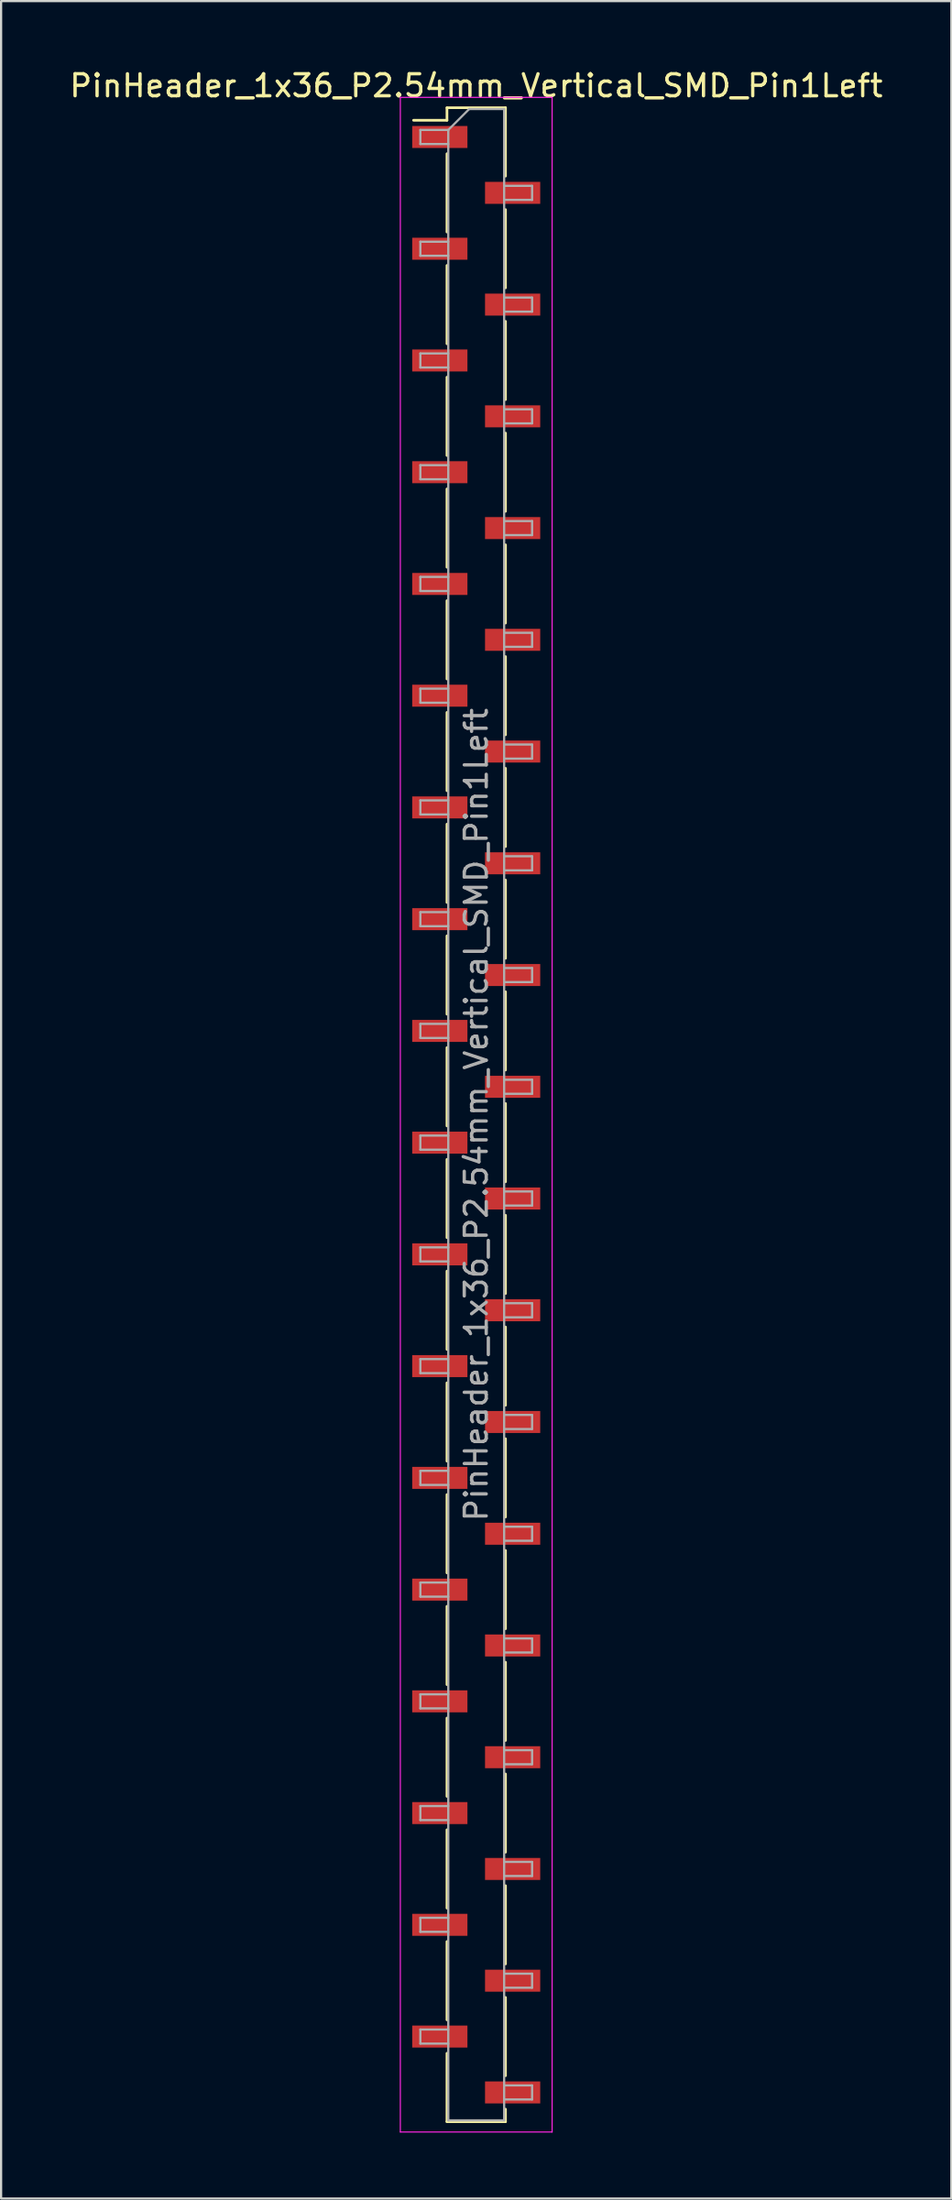
<source format=kicad_pcb>
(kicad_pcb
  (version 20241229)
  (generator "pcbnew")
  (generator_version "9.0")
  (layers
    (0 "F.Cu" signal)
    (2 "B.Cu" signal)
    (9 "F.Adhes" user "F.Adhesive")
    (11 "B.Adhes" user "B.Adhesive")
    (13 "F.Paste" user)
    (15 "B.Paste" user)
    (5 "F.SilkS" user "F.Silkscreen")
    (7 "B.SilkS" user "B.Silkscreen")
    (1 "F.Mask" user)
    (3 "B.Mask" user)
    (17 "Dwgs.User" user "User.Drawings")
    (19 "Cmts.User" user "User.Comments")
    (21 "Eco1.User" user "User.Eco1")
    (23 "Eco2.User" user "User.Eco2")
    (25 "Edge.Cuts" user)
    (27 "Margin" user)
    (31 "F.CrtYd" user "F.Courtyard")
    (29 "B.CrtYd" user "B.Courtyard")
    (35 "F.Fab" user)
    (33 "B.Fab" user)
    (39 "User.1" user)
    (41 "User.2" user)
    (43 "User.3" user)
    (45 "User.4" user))
  (footprint "PinHeader_1x36_P2.54mm_Vertical_SMD_Pin1Left"
    (layer "F.Cu")
    (at 18.601 47.628)
    (property "Reference" "PinHeader_1x36_P2.54mm_Vertical_SMD_Pin1Left" (at 0 -46.78 0) (layer "F.SilkS") (effects (font (size 1 1) (thickness 0.15))))
    (attr smd)
    (fp_line (start -1.33 -45.78) (end -1.33 -45.21) (stroke (width 0.12) (type solid)) (layer "F.SilkS"))
    (fp_line (start -1.33 -45.78) (end 1.33 -45.78) (stroke (width 0.12) (type solid)) (layer "F.SilkS"))
    (fp_line (start -1.33 -45.21) (end -2.85 -45.21) (stroke (width 0.12) (type solid)) (layer "F.SilkS"))
    (fp_line (start -1.33 -43.69) (end -1.33 -40.13) (stroke (width 0.12) (type solid)) (layer "F.SilkS"))
    (fp_line (start -1.33 -38.61) (end -1.33 -35.05) (stroke (width 0.12) (type solid)) (layer "F.SilkS"))
    (fp_line (start -1.33 -33.53) (end -1.33 -29.97) (stroke (width 0.12) (type solid)) (layer "F.SilkS"))
    (fp_line (start -1.33 -28.45) (end -1.33 -24.89) (stroke (width 0.12) (type solid)) (layer "F.SilkS"))
    (fp_line (start -1.33 -23.37) (end -1.33 -19.81) (stroke (width 0.12) (type solid)) (layer "F.SilkS"))
    (fp_line (start -1.33 -18.29) (end -1.33 -14.73) (stroke (width 0.12) (type solid)) (layer "F.SilkS"))
    (fp_line (start -1.33 -13.21) (end -1.33 -9.65) (stroke (width 0.12) (type solid)) (layer "F.SilkS"))
    (fp_line (start -1.33 -8.13) (end -1.33 -4.57) (stroke (width 0.12) (type solid)) (layer "F.SilkS"))
    (fp_line (start -1.33 -3.05) (end -1.33 0.51) (stroke (width 0.12) (type solid)) (layer "F.SilkS"))
    (fp_line (start -1.33 2.03) (end -1.33 5.59) (stroke (width 0.12) (type solid)) (layer "F.SilkS"))
    (fp_line (start -1.33 7.11) (end -1.33 10.67) (stroke (width 0.12) (type solid)) (layer "F.SilkS"))
    (fp_line (start -1.33 12.19) (end -1.33 15.75) (stroke (width 0.12) (type solid)) (layer "F.SilkS"))
    (fp_line (start -1.33 17.27) (end -1.33 20.83) (stroke (width 0.12) (type solid)) (layer "F.SilkS"))
    (fp_line (start -1.33 22.35) (end -1.33 25.91) (stroke (width 0.12) (type solid)) (layer "F.SilkS"))
    (fp_line (start -1.33 27.43) (end -1.33 30.99) (stroke (width 0.12) (type solid)) (layer "F.SilkS"))
    (fp_line (start -1.33 32.51) (end -1.33 36.07) (stroke (width 0.12) (type solid)) (layer "F.SilkS"))
    (fp_line (start -1.33 37.59) (end -1.33 41.15) (stroke (width 0.12) (type solid)) (layer "F.SilkS"))
    (fp_line (start -1.33 42.67) (end -1.33 45.78) (stroke (width 0.12) (type solid)) (layer "F.SilkS"))
    (fp_line (start -1.33 45.78) (end 1.33 45.78) (stroke (width 0.12) (type solid)) (layer "F.SilkS"))
    (fp_line (start 1.33 -45.78) (end 1.33 -42.67) (stroke (width 0.12) (type solid)) (layer "F.SilkS"))
    (fp_line (start 1.33 -41.15) (end 1.33 -37.59) (stroke (width 0.12) (type solid)) (layer "F.SilkS"))
    (fp_line (start 1.33 -36.07) (end 1.33 -32.51) (stroke (width 0.12) (type solid)) (layer "F.SilkS"))
    (fp_line (start 1.33 -30.99) (end 1.33 -27.43) (stroke (width 0.12) (type solid)) (layer "F.SilkS"))
    (fp_line (start 1.33 -25.91) (end 1.33 -22.35) (stroke (width 0.12) (type solid)) (layer "F.SilkS"))
    (fp_line (start 1.33 -20.83) (end 1.33 -17.27) (stroke (width 0.12) (type solid)) (layer "F.SilkS"))
    (fp_line (start 1.33 -15.75) (end 1.33 -12.19) (stroke (width 0.12) (type solid)) (layer "F.SilkS"))
    (fp_line (start 1.33 -10.67) (end 1.33 -7.11) (stroke (width 0.12) (type solid)) (layer "F.SilkS"))
    (fp_line (start 1.33 -5.59) (end 1.33 -2.03) (stroke (width 0.12) (type solid)) (layer "F.SilkS"))
    (fp_line (start 1.33 -0.51) (end 1.33 3.05) (stroke (width 0.12) (type solid)) (layer "F.SilkS"))
    (fp_line (start 1.33 4.57) (end 1.33 8.13) (stroke (width 0.12) (type solid)) (layer "F.SilkS"))
    (fp_line (start 1.33 9.65) (end 1.33 13.21) (stroke (width 0.12) (type solid)) (layer "F.SilkS"))
    (fp_line (start 1.33 14.73) (end 1.33 18.29) (stroke (width 0.12) (type solid)) (layer "F.SilkS"))
    (fp_line (start 1.33 19.81) (end 1.33 23.37) (stroke (width 0.12) (type solid)) (layer "F.SilkS"))
    (fp_line (start 1.33 24.89) (end 1.33 28.45) (stroke (width 0.12) (type solid)) (layer "F.SilkS"))
    (fp_line (start 1.33 29.97) (end 1.33 33.53) (stroke (width 0.12) (type solid)) (layer "F.SilkS"))
    (fp_line (start 1.33 35.05) (end 1.33 38.61) (stroke (width 0.12) (type solid)) (layer "F.SilkS"))
    (fp_line (start 1.33 40.13) (end 1.33 43.69) (stroke (width 0.12) (type solid)) (layer "F.SilkS"))
    (fp_line (start 1.33 45.21) (end 1.33 45.78) (stroke (width 0.12) (type solid)) (layer "F.SilkS"))
    (fp_line (start -3.45 -46.25) (end -3.45 46.25) (stroke (width 0.05) (type solid)) (layer "F.CrtYd"))
    (fp_line (start -3.45 46.25) (end 3.45 46.25) (stroke (width 0.05) (type solid)) (layer "F.CrtYd"))
    (fp_line (start 3.45 -46.25) (end -3.45 -46.25) (stroke (width 0.05) (type solid)) (layer "F.CrtYd"))
    (fp_line (start 3.45 46.25) (end 3.45 -46.25) (stroke (width 0.05) (type solid)) (layer "F.CrtYd"))
    (fp_line (start -2.54 -44.77) (end -2.54 -44.13) (stroke (width 0.1) (type solid)) (layer "F.Fab"))
    (fp_line (start -2.54 -44.13) (end -1.27 -44.13) (stroke (width 0.1) (type solid)) (layer "F.Fab"))
    (fp_line (start -2.54 -39.69) (end -2.54 -39.05) (stroke (width 0.1) (type solid)) (layer "F.Fab"))
    (fp_line (start -2.54 -39.05) (end -1.27 -39.05) (stroke (width 0.1) (type solid)) (layer "F.Fab"))
    (fp_line (start -2.54 -34.61) (end -2.54 -33.97) (stroke (width 0.1) (type solid)) (layer "F.Fab"))
    (fp_line (start -2.54 -33.97) (end -1.27 -33.97) (stroke (width 0.1) (type solid)) (layer "F.Fab"))
    (fp_line (start -2.54 -29.53) (end -2.54 -28.89) (stroke (width 0.1) (type solid)) (layer "F.Fab"))
    (fp_line (start -2.54 -28.89) (end -1.27 -28.89) (stroke (width 0.1) (type solid)) (layer "F.Fab"))
    (fp_line (start -2.54 -24.45) (end -2.54 -23.81) (stroke (width 0.1) (type solid)) (layer "F.Fab"))
    (fp_line (start -2.54 -23.81) (end -1.27 -23.81) (stroke (width 0.1) (type solid)) (layer "F.Fab"))
    (fp_line (start -2.54 -19.37) (end -2.54 -18.73) (stroke (width 0.1) (type solid)) (layer "F.Fab"))
    (fp_line (start -2.54 -18.73) (end -1.27 -18.73) (stroke (width 0.1) (type solid)) (layer "F.Fab"))
    (fp_line (start -2.54 -14.29) (end -2.54 -13.65) (stroke (width 0.1) (type solid)) (layer "F.Fab"))
    (fp_line (start -2.54 -13.65) (end -1.27 -13.65) (stroke (width 0.1) (type solid)) (layer "F.Fab"))
    (fp_line (start -2.54 -9.21) (end -2.54 -8.57) (stroke (width 0.1) (type solid)) (layer "F.Fab"))
    (fp_line (start -2.54 -8.57) (end -1.27 -8.57) (stroke (width 0.1) (type solid)) (layer "F.Fab"))
    (fp_line (start -2.54 -4.13) (end -2.54 -3.49) (stroke (width 0.1) (type solid)) (layer "F.Fab"))
    (fp_line (start -2.54 -3.49) (end -1.27 -3.49) (stroke (width 0.1) (type solid)) (layer "F.Fab"))
    (fp_line (start -2.54 0.95) (end -2.54 1.59) (stroke (width 0.1) (type solid)) (layer "F.Fab"))
    (fp_line (start -2.54 1.59) (end -1.27 1.59) (stroke (width 0.1) (type solid)) (layer "F.Fab"))
    (fp_line (start -2.54 6.03) (end -2.54 6.67) (stroke (width 0.1) (type solid)) (layer "F.Fab"))
    (fp_line (start -2.54 6.67) (end -1.27 6.67) (stroke (width 0.1) (type solid)) (layer "F.Fab"))
    (fp_line (start -2.54 11.11) (end -2.54 11.75) (stroke (width 0.1) (type solid)) (layer "F.Fab"))
    (fp_line (start -2.54 11.75) (end -1.27 11.75) (stroke (width 0.1) (type solid)) (layer "F.Fab"))
    (fp_line (start -2.54 16.19) (end -2.54 16.83) (stroke (width 0.1) (type solid)) (layer "F.Fab"))
    (fp_line (start -2.54 16.83) (end -1.27 16.83) (stroke (width 0.1) (type solid)) (layer "F.Fab"))
    (fp_line (start -2.54 21.27) (end -2.54 21.91) (stroke (width 0.1) (type solid)) (layer "F.Fab"))
    (fp_line (start -2.54 21.91) (end -1.27 21.91) (stroke (width 0.1) (type solid)) (layer "F.Fab"))
    (fp_line (start -2.54 26.35) (end -2.54 26.99) (stroke (width 0.1) (type solid)) (layer "F.Fab"))
    (fp_line (start -2.54 26.99) (end -1.27 26.99) (stroke (width 0.1) (type solid)) (layer "F.Fab"))
    (fp_line (start -2.54 31.43) (end -2.54 32.07) (stroke (width 0.1) (type solid)) (layer "F.Fab"))
    (fp_line (start -2.54 32.07) (end -1.27 32.07) (stroke (width 0.1) (type solid)) (layer "F.Fab"))
    (fp_line (start -2.54 36.51) (end -2.54 37.15) (stroke (width 0.1) (type solid)) (layer "F.Fab"))
    (fp_line (start -2.54 37.15) (end -1.27 37.15) (stroke (width 0.1) (type solid)) (layer "F.Fab"))
    (fp_line (start -2.54 41.59) (end -2.54 42.23) (stroke (width 0.1) (type solid)) (layer "F.Fab"))
    (fp_line (start -2.54 42.23) (end -1.27 42.23) (stroke (width 0.1) (type solid)) (layer "F.Fab"))
    (fp_line (start -1.27 -44.77) (end -2.54 -44.77) (stroke (width 0.1) (type solid)) (layer "F.Fab"))
    (fp_line (start -1.27 -44.77) (end -0.32 -45.72) (stroke (width 0.1) (type solid)) (layer "F.Fab"))
    (fp_line (start -1.27 -39.69) (end -2.54 -39.69) (stroke (width 0.1) (type solid)) (layer "F.Fab"))
    (fp_line (start -1.27 -34.61) (end -2.54 -34.61) (stroke (width 0.1) (type solid)) (layer "F.Fab"))
    (fp_line (start -1.27 -29.53) (end -2.54 -29.53) (stroke (width 0.1) (type solid)) (layer "F.Fab"))
    (fp_line (start -1.27 -24.45) (end -2.54 -24.45) (stroke (width 0.1) (type solid)) (layer "F.Fab"))
    (fp_line (start -1.27 -19.37) (end -2.54 -19.37) (stroke (width 0.1) (type solid)) (layer "F.Fab"))
    (fp_line (start -1.27 -14.29) (end -2.54 -14.29) (stroke (width 0.1) (type solid)) (layer "F.Fab"))
    (fp_line (start -1.27 -9.21) (end -2.54 -9.21) (stroke (width 0.1) (type solid)) (layer "F.Fab"))
    (fp_line (start -1.27 -4.13) (end -2.54 -4.13) (stroke (width 0.1) (type solid)) (layer "F.Fab"))
    (fp_line (start -1.27 0.95) (end -2.54 0.95) (stroke (width 0.1) (type solid)) (layer "F.Fab"))
    (fp_line (start -1.27 6.03) (end -2.54 6.03) (stroke (width 0.1) (type solid)) (layer "F.Fab"))
    (fp_line (start -1.27 11.11) (end -2.54 11.11) (stroke (width 0.1) (type solid)) (layer "F.Fab"))
    (fp_line (start -1.27 16.19) (end -2.54 16.19) (stroke (width 0.1) (type solid)) (layer "F.Fab"))
    (fp_line (start -1.27 21.27) (end -2.54 21.27) (stroke (width 0.1) (type solid)) (layer "F.Fab"))
    (fp_line (start -1.27 26.35) (end -2.54 26.35) (stroke (width 0.1) (type solid)) (layer "F.Fab"))
    (fp_line (start -1.27 31.43) (end -2.54 31.43) (stroke (width 0.1) (type solid)) (layer "F.Fab"))
    (fp_line (start -1.27 36.51) (end -2.54 36.51) (stroke (width 0.1) (type solid)) (layer "F.Fab"))
    (fp_line (start -1.27 41.59) (end -2.54 41.59) (stroke (width 0.1) (type solid)) (layer "F.Fab"))
    (fp_line (start -1.27 45.72) (end -1.27 -44.77) (stroke (width 0.1) (type solid)) (layer "F.Fab"))
    (fp_line (start -0.32 -45.72) (end 1.27 -45.72) (stroke (width 0.1) (type solid)) (layer "F.Fab"))
    (fp_line (start 1.27 -45.72) (end 1.27 45.72) (stroke (width 0.1) (type solid)) (layer "F.Fab"))
    (fp_line (start 1.27 -42.23) (end 2.54 -42.23) (stroke (width 0.1) (type solid)) (layer "F.Fab"))
    (fp_line (start 1.27 -37.15) (end 2.54 -37.15) (stroke (width 0.1) (type solid)) (layer "F.Fab"))
    (fp_line (start 1.27 -32.07) (end 2.54 -32.07) (stroke (width 0.1) (type solid)) (layer "F.Fab"))
    (fp_line (start 1.27 -26.99) (end 2.54 -26.99) (stroke (width 0.1) (type solid)) (layer "F.Fab"))
    (fp_line (start 1.27 -21.91) (end 2.54 -21.91) (stroke (width 0.1) (type solid)) (layer "F.Fab"))
    (fp_line (start 1.27 -16.83) (end 2.54 -16.83) (stroke (width 0.1) (type solid)) (layer "F.Fab"))
    (fp_line (start 1.27 -11.75) (end 2.54 -11.75) (stroke (width 0.1) (type solid)) (layer "F.Fab"))
    (fp_line (start 1.27 -6.67) (end 2.54 -6.67) (stroke (width 0.1) (type solid)) (layer "F.Fab"))
    (fp_line (start 1.27 -1.59) (end 2.54 -1.59) (stroke (width 0.1) (type solid)) (layer "F.Fab"))
    (fp_line (start 1.27 3.49) (end 2.54 3.49) (stroke (width 0.1) (type solid)) (layer "F.Fab"))
    (fp_line (start 1.27 8.57) (end 2.54 8.57) (stroke (width 0.1) (type solid)) (layer "F.Fab"))
    (fp_line (start 1.27 13.65) (end 2.54 13.65) (stroke (width 0.1) (type solid)) (layer "F.Fab"))
    (fp_line (start 1.27 18.73) (end 2.54 18.73) (stroke (width 0.1) (type solid)) (layer "F.Fab"))
    (fp_line (start 1.27 23.81) (end 2.54 23.81) (stroke (width 0.1) (type solid)) (layer "F.Fab"))
    (fp_line (start 1.27 28.89) (end 2.54 28.89) (stroke (width 0.1) (type solid)) (layer "F.Fab"))
    (fp_line (start 1.27 33.97) (end 2.54 33.97) (stroke (width 0.1) (type solid)) (layer "F.Fab"))
    (fp_line (start 1.27 39.05) (end 2.54 39.05) (stroke (width 0.1) (type solid)) (layer "F.Fab"))
    (fp_line (start 1.27 44.13) (end 2.54 44.13) (stroke (width 0.1) (type solid)) (layer "F.Fab"))
    (fp_line (start 1.27 45.72) (end -1.27 45.72) (stroke (width 0.1) (type solid)) (layer "F.Fab"))
    (fp_line (start 2.54 -42.23) (end 2.54 -41.59) (stroke (width 0.1) (type solid)) (layer "F.Fab"))
    (fp_line (start 2.54 -41.59) (end 1.27 -41.59) (stroke (width 0.1) (type solid)) (layer "F.Fab"))
    (fp_line (start 2.54 -37.15) (end 2.54 -36.51) (stroke (width 0.1) (type solid)) (layer "F.Fab"))
    (fp_line (start 2.54 -36.51) (end 1.27 -36.51) (stroke (width 0.1) (type solid)) (layer "F.Fab"))
    (fp_line (start 2.54 -32.07) (end 2.54 -31.43) (stroke (width 0.1) (type solid)) (layer "F.Fab"))
    (fp_line (start 2.54 -31.43) (end 1.27 -31.43) (stroke (width 0.1) (type solid)) (layer "F.Fab"))
    (fp_line (start 2.54 -26.99) (end 2.54 -26.35) (stroke (width 0.1) (type solid)) (layer "F.Fab"))
    (fp_line (start 2.54 -26.35) (end 1.27 -26.35) (stroke (width 0.1) (type solid)) (layer "F.Fab"))
    (fp_line (start 2.54 -21.91) (end 2.54 -21.27) (stroke (width 0.1) (type solid)) (layer "F.Fab"))
    (fp_line (start 2.54 -21.27) (end 1.27 -21.27) (stroke (width 0.1) (type solid)) (layer "F.Fab"))
    (fp_line (start 2.54 -16.83) (end 2.54 -16.19) (stroke (width 0.1) (type solid)) (layer "F.Fab"))
    (fp_line (start 2.54 -16.19) (end 1.27 -16.19) (stroke (width 0.1) (type solid)) (layer "F.Fab"))
    (fp_line (start 2.54 -11.75) (end 2.54 -11.11) (stroke (width 0.1) (type solid)) (layer "F.Fab"))
    (fp_line (start 2.54 -11.11) (end 1.27 -11.11) (stroke (width 0.1) (type solid)) (layer "F.Fab"))
    (fp_line (start 2.54 -6.67) (end 2.54 -6.03) (stroke (width 0.1) (type solid)) (layer "F.Fab"))
    (fp_line (start 2.54 -6.03) (end 1.27 -6.03) (stroke (width 0.1) (type solid)) (layer "F.Fab"))
    (fp_line (start 2.54 -1.59) (end 2.54 -0.95) (stroke (width 0.1) (type solid)) (layer "F.Fab"))
    (fp_line (start 2.54 -0.95) (end 1.27 -0.95) (stroke (width 0.1) (type solid)) (layer "F.Fab"))
    (fp_line (start 2.54 3.49) (end 2.54 4.13) (stroke (width 0.1) (type solid)) (layer "F.Fab"))
    (fp_line (start 2.54 4.13) (end 1.27 4.13) (stroke (width 0.1) (type solid)) (layer "F.Fab"))
    (fp_line (start 2.54 8.57) (end 2.54 9.21) (stroke (width 0.1) (type solid)) (layer "F.Fab"))
    (fp_line (start 2.54 9.21) (end 1.27 9.21) (stroke (width 0.1) (type solid)) (layer "F.Fab"))
    (fp_line (start 2.54 13.65) (end 2.54 14.29) (stroke (width 0.1) (type solid)) (layer "F.Fab"))
    (fp_line (start 2.54 14.29) (end 1.27 14.29) (stroke (width 0.1) (type solid)) (layer "F.Fab"))
    (fp_line (start 2.54 18.73) (end 2.54 19.37) (stroke (width 0.1) (type solid)) (layer "F.Fab"))
    (fp_line (start 2.54 19.37) (end 1.27 19.37) (stroke (width 0.1) (type solid)) (layer "F.Fab"))
    (fp_line (start 2.54 23.81) (end 2.54 24.45) (stroke (width 0.1) (type solid)) (layer "F.Fab"))
    (fp_line (start 2.54 24.45) (end 1.27 24.45) (stroke (width 0.1) (type solid)) (layer "F.Fab"))
    (fp_line (start 2.54 28.89) (end 2.54 29.53) (stroke (width 0.1) (type solid)) (layer "F.Fab"))
    (fp_line (start 2.54 29.53) (end 1.27 29.53) (stroke (width 0.1) (type solid)) (layer "F.Fab"))
    (fp_line (start 2.54 33.97) (end 2.54 34.61) (stroke (width 0.1) (type solid)) (layer "F.Fab"))
    (fp_line (start 2.54 34.61) (end 1.27 34.61) (stroke (width 0.1) (type solid)) (layer "F.Fab"))
    (fp_line (start 2.54 39.05) (end 2.54 39.69) (stroke (width 0.1) (type solid)) (layer "F.Fab"))
    (fp_line (start 2.54 39.69) (end 1.27 39.69) (stroke (width 0.1) (type solid)) (layer "F.Fab"))
    (fp_line (start 2.54 44.13) (end 2.54 44.77) (stroke (width 0.1) (type solid)) (layer "F.Fab"))
    (fp_line (start 2.54 44.77) (end 1.27 44.77) (stroke (width 0.1) (type solid)) (layer "F.Fab"))
    (fp_text user "${REFERENCE}" (at 0 0 90) (layer "F.Fab") (effects (font (size 1 1) (thickness 0.15))))
    (pad "1" smd rect (at -1.655 -44.45) (size 2.51 1) (layers "F.Cu" "F.Mask" "F.Paste"))
    (pad "2" smd rect (at 1.655 -41.91) (size 2.51 1) (layers "F.Cu" "F.Mask" "F.Paste"))
    (pad "3" smd rect (at -1.655 -39.37) (size 2.51 1) (layers "F.Cu" "F.Mask" "F.Paste"))
    (pad "4" smd rect (at 1.655 -36.83) (size 2.51 1) (layers "F.Cu" "F.Mask" "F.Paste"))
    (pad "5" smd rect (at -1.655 -34.29) (size 2.51 1) (layers "F.Cu" "F.Mask" "F.Paste"))
    (pad "6" smd rect (at 1.655 -31.75) (size 2.51 1) (layers "F.Cu" "F.Mask" "F.Paste"))
    (pad "7" smd rect (at -1.655 -29.21) (size 2.51 1) (layers "F.Cu" "F.Mask" "F.Paste"))
    (pad "8" smd rect (at 1.655 -26.67) (size 2.51 1) (layers "F.Cu" "F.Mask" "F.Paste"))
    (pad "9" smd rect (at -1.655 -24.13) (size 2.51 1) (layers "F.Cu" "F.Mask" "F.Paste"))
    (pad "10" smd rect (at 1.655 -21.59) (size 2.51 1) (layers "F.Cu" "F.Mask" "F.Paste"))
    (pad "11" smd rect (at -1.655 -19.05) (size 2.51 1) (layers "F.Cu" "F.Mask" "F.Paste"))
    (pad "12" smd rect (at 1.655 -16.51) (size 2.51 1) (layers "F.Cu" "F.Mask" "F.Paste"))
    (pad "13" smd rect (at -1.655 -13.97) (size 2.51 1) (layers "F.Cu" "F.Mask" "F.Paste"))
    (pad "14" smd rect (at 1.655 -11.43) (size 2.51 1) (layers "F.Cu" "F.Mask" "F.Paste"))
    (pad "15" smd rect (at -1.655 -8.89) (size 2.51 1) (layers "F.Cu" "F.Mask" "F.Paste"))
    (pad "16" smd rect (at 1.655 -6.35) (size 2.51 1) (layers "F.Cu" "F.Mask" "F.Paste"))
    (pad "17" smd rect (at -1.655 -3.81) (size 2.51 1) (layers "F.Cu" "F.Mask" "F.Paste"))
    (pad "18" smd rect (at 1.655 -1.27) (size 2.51 1) (layers "F.Cu" "F.Mask" "F.Paste"))
    (pad "19" smd rect (at -1.655 1.27) (size 2.51 1) (layers "F.Cu" "F.Mask" "F.Paste"))
    (pad "20" smd rect (at 1.655 3.81) (size 2.51 1) (layers "F.Cu" "F.Mask" "F.Paste"))
    (pad "21" smd rect (at -1.655 6.35) (size 2.51 1) (layers "F.Cu" "F.Mask" "F.Paste"))
    (pad "22" smd rect (at 1.655 8.89) (size 2.51 1) (layers "F.Cu" "F.Mask" "F.Paste"))
    (pad "23" smd rect (at -1.655 11.43) (size 2.51 1) (layers "F.Cu" "F.Mask" "F.Paste"))
    (pad "24" smd rect (at 1.655 13.97) (size 2.51 1) (layers "F.Cu" "F.Mask" "F.Paste"))
    (pad "25" smd rect (at -1.655 16.51) (size 2.51 1) (layers "F.Cu" "F.Mask" "F.Paste"))
    (pad "26" smd rect (at 1.655 19.05) (size 2.51 1) (layers "F.Cu" "F.Mask" "F.Paste"))
    (pad "27" smd rect (at -1.655 21.59) (size 2.51 1) (layers "F.Cu" "F.Mask" "F.Paste"))
    (pad "28" smd rect (at 1.655 24.13) (size 2.51 1) (layers "F.Cu" "F.Mask" "F.Paste"))
    (pad "29" smd rect (at -1.655 26.67) (size 2.51 1) (layers "F.Cu" "F.Mask" "F.Paste"))
    (pad "30" smd rect (at 1.655 29.21) (size 2.51 1) (layers "F.Cu" "F.Mask" "F.Paste"))
    (pad "31" smd rect (at -1.655 31.75) (size 2.51 1) (layers "F.Cu" "F.Mask" "F.Paste"))
    (pad "32" smd rect (at 1.655 34.29) (size 2.51 1) (layers "F.Cu" "F.Mask" "F.Paste"))
    (pad "33" smd rect (at -1.655 36.83) (size 2.51 1) (layers "F.Cu" "F.Mask" "F.Paste"))
    (pad "34" smd rect (at 1.655 39.37) (size 2.51 1) (layers "F.Cu" "F.Mask" "F.Paste"))
    (pad "35" smd rect (at -1.655 41.91) (size 2.51 1) (layers "F.Cu" "F.Mask" "F.Paste"))
    (pad "36" smd rect (at 1.655 44.45) (size 2.51 1) (layers "F.Cu" "F.Mask" "F.Paste")))
  (gr_rect
    (start -3 -3)
    (end 40.202 96.903)
    (stroke (width 0.1) (type default))
    (fill no)
    (layer "Edge.Cuts")))
</source>
